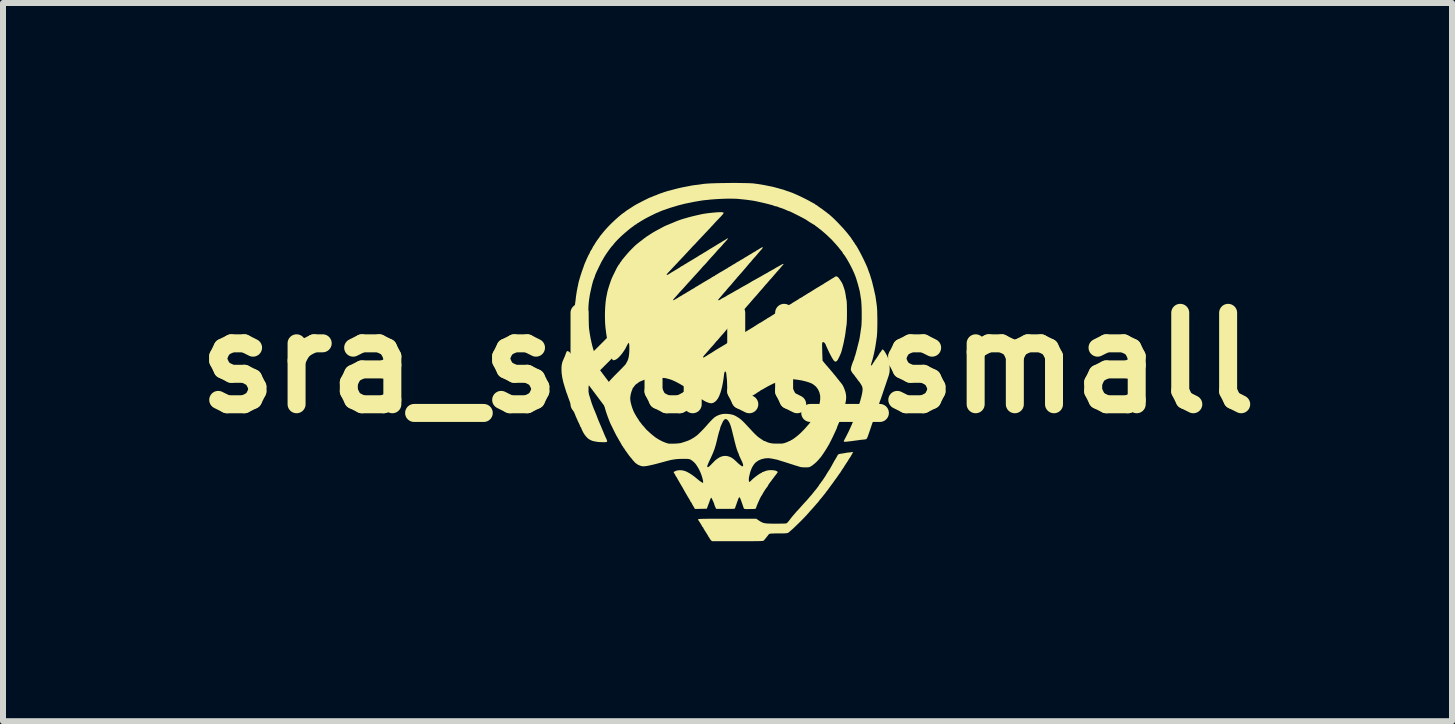
<source format=kicad_pcb>
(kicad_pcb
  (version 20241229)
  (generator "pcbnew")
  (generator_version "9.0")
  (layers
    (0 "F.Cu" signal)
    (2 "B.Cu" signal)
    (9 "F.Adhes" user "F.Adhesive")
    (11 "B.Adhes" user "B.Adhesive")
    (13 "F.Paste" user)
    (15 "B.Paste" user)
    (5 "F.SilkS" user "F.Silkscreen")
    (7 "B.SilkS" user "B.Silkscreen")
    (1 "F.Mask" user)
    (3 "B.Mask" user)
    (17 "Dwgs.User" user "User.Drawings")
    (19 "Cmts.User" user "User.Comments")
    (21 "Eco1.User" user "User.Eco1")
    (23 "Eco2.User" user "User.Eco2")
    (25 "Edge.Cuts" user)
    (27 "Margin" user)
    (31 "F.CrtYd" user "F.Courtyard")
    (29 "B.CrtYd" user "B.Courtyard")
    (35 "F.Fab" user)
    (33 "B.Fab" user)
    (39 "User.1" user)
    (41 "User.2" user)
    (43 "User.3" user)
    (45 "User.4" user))
  (footprint "sra_skull_small"
    (layer "F.Cu")
    (at 9.079 3)
    (property "Reference" "sra_skull_small" (at 0 0 0) (layer "F.SilkS") (effects (font (size 1.524 1.524) (thickness 0.3))))
    (attr board_only exclude_from_pos_files exclude_from_bom)
    (fp_poly (pts (xy 2.09 1.487) (xy 2.088 1.495) (xy 2.081 1.511) (xy 2.069 1.532) (xy 2.056 1.555) (xy 2.042 1.578) (xy 2.029 1.595) (xy 2.025 1.6) (xy 2.019 1.61) (xy 2.018 1.613) (xy 2.015 1.62) (xy 2.005 1.635) (xy 1.991 1.657) (xy 1.977 1.677) (xy 1.961 1.703) (xy 1.947 1.723) (xy 1.939 1.738) (xy 1.937 1.742) (xy 1.932 1.75) (xy 1.923 1.761) (xy 1.913 1.774) (xy 1.909 1.784) (xy 1.905 1.793) (xy 1.903 1.793) (xy 1.896 1.799) (xy 1.892 1.807) (xy 1.885 1.823) (xy 1.879 1.829) (xy 1.872 1.839) (xy 1.859 1.856) (xy 1.844 1.878) (xy 1.841 1.882) (xy 1.827 1.903) (xy 1.815 1.92) (xy 1.808 1.929) (xy 1.807 1.93) (xy 1.802 1.937) (xy 1.791 1.952) (xy 1.777 1.972) (xy 1.773 1.977) (xy 1.758 1.999) (xy 1.746 2.015) (xy 1.739 2.025) (xy 1.739 2.025) (xy 1.733 2.032) (xy 1.722 2.047) (xy 1.718 2.052) (xy 1.706 2.07) (xy 1.695 2.083) (xy 1.693 2.085) (xy 1.686 2.095) (xy 1.684 2.099) (xy 1.68 2.107) (xy 1.67 2.119) (xy 1.669 2.121) (xy 1.654 2.138) (xy 1.639 2.158) (xy 1.637 2.162) (xy 1.626 2.177) (xy 1.618 2.187) (xy 1.616 2.189) (xy 1.61 2.196) (xy 1.599 2.21) (xy 1.589 2.223) (xy 1.574 2.242) (xy 1.56 2.258) (xy 1.555 2.264) (xy 1.544 2.276) (xy 1.531 2.293) (xy 1.527 2.298) (xy 1.514 2.316) (xy 1.503 2.33) (xy 1.5 2.332) (xy 1.491 2.342) (xy 1.476 2.359) (xy 1.458 2.38) (xy 1.452 2.386) (xy 1.433 2.409) (xy 1.414 2.43) (xy 1.4 2.446) (xy 1.398 2.448) (xy 1.384 2.462) (xy 1.367 2.482) (xy 1.35 2.502) (xy 1.332 2.522) (xy 1.307 2.55) (xy 1.275 2.583) (xy 1.24 2.619) (xy 1.202 2.657) (xy 1.165 2.693) (xy 1.13 2.727) (xy 1.1 2.756) (xy 1.076 2.778) (xy 1.071 2.782) (xy 1.05 2.8) (xy 1.034 2.814) (xy 1.024 2.822) (xy 1.023 2.824) (xy 1.015 2.83) (xy 1.004 2.835) (xy 0.988 2.839) (xy 0.964 2.841) (xy 0.932 2.843) (xy 0.889 2.843) (xy 0.845 2.843) (xy 0.797 2.843) (xy 0.76 2.844) (xy 0.733 2.845) (xy 0.713 2.847) (xy 0.7 2.85) (xy 0.691 2.856) (xy 0.683 2.863) (xy 0.676 2.873) (xy 0.675 2.875) (xy 0.664 2.889) (xy 0.648 2.909) (xy 0.63 2.931) (xy 0.613 2.951) (xy 0.601 2.964) (xy 0.601 2.964) (xy 0.597 2.966) (xy 0.589 2.967) (xy 0.575 2.969) (xy 0.555 2.97) (xy 0.527 2.971) (xy 0.491 2.972) (xy 0.446 2.972) (xy 0.391 2.973) (xy 0.326 2.973) (xy 0.248 2.973) (xy 0.166 2.973) (xy -0.26 2.973) (xy -0.28 2.952) (xy -0.293 2.936) (xy -0.3 2.924) (xy -0.3 2.921) (xy -0.304 2.913) (xy -0.306 2.912) (xy -0.313 2.906) (xy -0.316 2.9) (xy -0.321 2.889) (xy -0.332 2.87) (xy -0.347 2.846) (xy -0.361 2.823) (xy -0.379 2.796) (xy -0.393 2.772) (xy -0.403 2.754) (xy -0.407 2.746) (xy -0.413 2.736) (xy -0.417 2.734) (xy -0.423 2.729) (xy -0.423 2.728) (xy -0.426 2.72) (xy -0.435 2.703) (xy -0.447 2.683) (xy -0.461 2.661) (xy -0.473 2.642) (xy -0.483 2.628) (xy -0.484 2.627) (xy -0.49 2.613) (xy -0.491 2.608) (xy -0.49 2.606) (xy -0.486 2.605) (xy -0.478 2.603) (xy -0.466 2.602) (xy -0.448 2.601) (xy -0.424 2.6) (xy -0.393 2.599) (xy -0.353 2.599) (xy -0.304 2.598) (xy -0.245 2.598) (xy -0.175 2.598) (xy -0.093 2.598) (xy -0.006 2.598) (xy 0.478 2.598) (xy 0.517 2.624) (xy 0.541 2.64) (xy 0.563 2.652) (xy 0.583 2.662) (xy 0.605 2.669) (xy 0.629 2.674) (xy 0.659 2.677) (xy 0.695 2.679) (xy 0.741 2.68) (xy 0.799 2.68) (xy 0.809 2.68) (xy 0.862 2.68) (xy 0.904 2.679) (xy 0.935 2.679) (xy 0.957 2.678) (xy 0.973 2.676) (xy 0.983 2.674) (xy 0.99 2.671) (xy 0.994 2.667) (xy 1.016 2.642) (xy 1.038 2.615) (xy 1.043 2.608) (xy 1.057 2.589) (xy 1.077 2.564) (xy 1.101 2.536) (xy 1.126 2.507) (xy 1.149 2.48) (xy 1.168 2.46) (xy 1.173 2.455) (xy 1.181 2.446) (xy 1.197 2.429) (xy 1.216 2.407) (xy 1.234 2.387) (xy 1.257 2.361) (xy 1.278 2.338) (xy 1.294 2.32) (xy 1.303 2.312) (xy 1.315 2.298) (xy 1.333 2.278) (xy 1.353 2.255) (xy 1.357 2.25) (xy 1.375 2.229) (xy 1.391 2.211) (xy 1.401 2.199) (xy 1.403 2.197) (xy 1.412 2.186) (xy 1.425 2.169) (xy 1.43 2.163) (xy 1.444 2.145) (xy 1.456 2.131) (xy 1.459 2.127) (xy 1.47 2.115) (xy 1.483 2.098) (xy 1.487 2.093) (xy 1.5 2.075) (xy 1.513 2.059) (xy 1.515 2.056) (xy 1.525 2.043) (xy 1.527 2.034) (xy 1.531 2.026) (xy 1.533 2.025) (xy 1.539 2.02) (xy 1.549 2.007) (xy 1.55 2.005) (xy 1.561 1.988) (xy 1.57 1.976) (xy 1.57 1.976) (xy 1.579 1.966) (xy 1.591 1.948) (xy 1.601 1.933) (xy 1.614 1.913) (xy 1.625 1.897) (xy 1.63 1.891) (xy 1.636 1.882) (xy 1.637 1.879) (xy 1.64 1.872) (xy 1.649 1.857) (xy 1.661 1.838) (xy 1.674 1.817) (xy 1.686 1.799) (xy 1.694 1.786) (xy 1.696 1.783) (xy 1.701 1.777) (xy 1.709 1.764) (xy 1.72 1.743) (xy 1.737 1.714) (xy 1.758 1.674) (xy 1.767 1.659) (xy 1.78 1.635) (xy 1.793 1.614) (xy 1.8 1.602) (xy 1.81 1.586) (xy 1.822 1.564) (xy 1.828 1.553) (xy 1.837 1.537) (xy 1.845 1.527) (xy 1.857 1.521) (xy 1.875 1.516) (xy 1.892 1.514) (xy 1.922 1.509) (xy 1.953 1.504) (xy 1.973 1.5) (xy 1.998 1.496) (xy 2.022 1.494) (xy 2.029 1.493) (xy 2.051 1.491) (xy 2.069 1.487) (xy 2.085 1.484)) (stroke (width 0) (type solid)) (fill yes) (layer "F.SilkS"))
    (fp_poly (pts (xy 0.209 -2.999) (xy 0.274 -2.998) (xy 0.332 -2.997) (xy 0.382 -2.995) (xy 0.422 -2.993) (xy 0.447 -2.99) (xy 0.512 -2.981) (xy 0.57 -2.972) (xy 0.625 -2.962) (xy 0.683 -2.95) (xy 0.74 -2.939) (xy 0.76 -2.934) (xy 0.788 -2.927) (xy 0.817 -2.919) (xy 0.818 -2.919) (xy 0.85 -2.91) (xy 0.882 -2.901) (xy 0.907 -2.894) (xy 0.93 -2.888) (xy 0.95 -2.881) (xy 0.958 -2.878) (xy 0.973 -2.872) (xy 0.994 -2.865) (xy 0.999 -2.864) (xy 1.02 -2.857) (xy 1.037 -2.851) (xy 1.04 -2.85) (xy 1.055 -2.844) (xy 1.075 -2.837) (xy 1.081 -2.835) (xy 1.111 -2.822) (xy 1.15 -2.805) (xy 1.194 -2.785) (xy 1.242 -2.762) (xy 1.29 -2.738) (xy 1.334 -2.716) (xy 1.373 -2.695) (xy 1.402 -2.678) (xy 1.403 -2.678) (xy 1.425 -2.666) (xy 1.442 -2.656) (xy 1.452 -2.653) (xy 1.452 -2.653) (xy 1.459 -2.648) (xy 1.459 -2.646) (xy 1.465 -2.639) (xy 1.473 -2.635) (xy 1.488 -2.628) (xy 1.495 -2.623) (xy 1.505 -2.615) (xy 1.522 -2.602) (xy 1.544 -2.587) (xy 1.548 -2.584) (xy 1.569 -2.57) (xy 1.586 -2.558) (xy 1.595 -2.551) (xy 1.596 -2.55) (xy 1.603 -2.544) (xy 1.617 -2.534) (xy 1.623 -2.53) (xy 1.638 -2.519) (xy 1.649 -2.511) (xy 1.65 -2.509) (xy 1.658 -2.503) (xy 1.671 -2.493) (xy 1.696 -2.474) (xy 1.729 -2.445) (xy 1.767 -2.41) (xy 1.808 -2.37) (xy 1.851 -2.326) (xy 1.893 -2.281) (xy 1.934 -2.237) (xy 1.971 -2.194) (xy 2.003 -2.156) (xy 2.011 -2.145) (xy 2.029 -2.123) (xy 2.044 -2.103) (xy 2.054 -2.091) (xy 2.057 -2.088) (xy 2.066 -2.074) (xy 2.07 -2.066) (xy 2.075 -2.055) (xy 2.079 -2.052) (xy 2.085 -2.047) (xy 2.093 -2.033) (xy 2.093 -2.032) (xy 2.101 -2.018) (xy 2.107 -2.012) (xy 2.107 -2.012) (xy 2.114 -2.006) (xy 2.117 -1.998) (xy 2.125 -1.982) (xy 2.13 -1.976) (xy 2.142 -1.96) (xy 2.158 -1.935) (xy 2.178 -1.9) (xy 2.2 -1.86) (xy 2.224 -1.814) (xy 2.248 -1.767) (xy 2.272 -1.719) (xy 2.294 -1.672) (xy 2.314 -1.629) (xy 2.33 -1.592) (xy 2.341 -1.562) (xy 2.342 -1.558) (xy 2.351 -1.534) (xy 2.359 -1.511) (xy 2.362 -1.504) (xy 2.37 -1.484) (xy 2.378 -1.46) (xy 2.38 -1.452) (xy 2.388 -1.425) (xy 2.397 -1.397) (xy 2.399 -1.391) (xy 2.406 -1.366) (xy 2.413 -1.342) (xy 2.414 -1.336) (xy 2.419 -1.316) (xy 2.425 -1.29) (xy 2.429 -1.275) (xy 2.436 -1.246) (xy 2.444 -1.213) (xy 2.447 -1.197) (xy 2.453 -1.17) (xy 2.459 -1.145) (xy 2.462 -1.132) (xy 2.466 -1.113) (xy 2.47 -1.086) (xy 2.474 -1.058) (xy 2.474 -1.057) (xy 2.479 -1.025) (xy 2.484 -0.986) (xy 2.489 -0.95) (xy 2.49 -0.944) (xy 2.492 -0.915) (xy 2.495 -0.875) (xy 2.496 -0.826) (xy 2.497 -0.772) (xy 2.498 -0.713) (xy 2.498 -0.654) (xy 2.497 -0.597) (xy 2.496 -0.544) (xy 2.494 -0.497) (xy 2.491 -0.46) (xy 2.49 -0.443) (xy 2.478 -0.359) (xy 2.466 -0.28) (xy 2.453 -0.21) (xy 2.441 -0.151) (xy 2.433 -0.119) (xy 2.427 -0.095) (xy 2.421 -0.071) (xy 2.42 -0.068) (xy 2.415 -0.049) (xy 2.407 -0.023) (xy 2.4 -0.001) (xy 2.394 0.022) (xy 2.39 0.039) (xy 2.39 0.047) (xy 2.396 0.044) (xy 2.406 0.035) (xy 2.417 0.022) (xy 2.425 0.009) (xy 2.427 0.002) (xy 2.432 -0.006) (xy 2.434 -0.007) (xy 2.441 -0.012) (xy 2.445 -0.02) (xy 2.452 -0.036) (xy 2.457 -0.043) (xy 2.466 -0.054) (xy 2.479 -0.072) (xy 2.495 -0.095) (xy 2.51 -0.118) (xy 2.523 -0.139) (xy 2.533 -0.155) (xy 2.537 -0.163) (xy 2.54 -0.17) (xy 2.542 -0.171) (xy 2.548 -0.176) (xy 2.558 -0.19) (xy 2.564 -0.198) (xy 2.574 -0.214) (xy 2.582 -0.224) (xy 2.585 -0.225) (xy 2.595 -0.219) (xy 2.609 -0.204) (xy 2.625 -0.181) (xy 2.641 -0.153) (xy 2.657 -0.124) (xy 2.67 -0.096) (xy 2.676 -0.076) (xy 2.684 -0.049) (xy 2.692 -0.023) (xy 2.695 -0.011) (xy 2.698 0.006) (xy 2.701 0.033) (xy 2.702 0.066) (xy 2.703 0.091) (xy 2.703 0.117) (xy 2.702 0.138) (xy 2.7 0.157) (xy 2.696 0.176) (xy 2.691 0.199) (xy 2.682 0.227) (xy 2.67 0.263) (xy 2.657 0.3) (xy 2.631 0.378) (xy 2.608 0.444) (xy 2.59 0.499) (xy 2.575 0.543) (xy 2.563 0.578) (xy 2.554 0.603) (xy 2.548 0.62) (xy 2.544 0.63) (xy 2.543 0.631) (xy 2.538 0.646) (xy 2.531 0.667) (xy 2.53 0.672) (xy 2.523 0.693) (xy 2.517 0.71) (xy 2.516 0.713) (xy 2.511 0.724) (xy 2.504 0.746) (xy 2.494 0.774) (xy 2.486 0.798) (xy 2.473 0.836) (xy 2.458 0.88) (xy 2.443 0.924) (xy 2.434 0.948) (xy 2.422 0.984) (xy 2.406 1.028) (xy 2.39 1.075) (xy 2.375 1.12) (xy 2.372 1.129) (xy 2.356 1.175) (xy 2.344 1.21) (xy 2.334 1.236) (xy 2.326 1.254) (xy 2.318 1.265) (xy 2.309 1.272) (xy 2.298 1.275) (xy 2.284 1.276) (xy 2.272 1.278) (xy 2.239 1.281) (xy 2.203 1.285) (xy 2.179 1.289) (xy 2.124 1.296) (xy 2.067 1.304) (xy 2.013 1.31) (xy 1.979 1.314) (xy 1.954 1.315) (xy 1.94 1.313) (xy 1.938 1.305) (xy 1.944 1.29) (xy 1.951 1.277) (xy 1.971 1.239) (xy 1.994 1.194) (xy 2.019 1.144) (xy 2.043 1.092) (xy 2.066 1.042) (xy 2.085 0.996) (xy 2.101 0.957) (xy 2.107 0.941) (xy 2.118 0.911) (xy 2.127 0.886) (xy 2.133 0.873) (xy 2.141 0.853) (xy 2.151 0.823) (xy 2.164 0.785) (xy 2.178 0.743) (xy 2.192 0.698) (xy 2.206 0.654) (xy 2.218 0.613) (xy 2.227 0.579) (xy 2.23 0.569) (xy 2.243 0.513) (xy 2.25 0.469) (xy 2.252 0.432) (xy 2.247 0.403) (xy 2.237 0.379) (xy 2.237 0.378) (xy 2.223 0.355) (xy 2.209 0.333) (xy 2.197 0.316) (xy 2.189 0.307) (xy 2.183 0.3) (xy 2.172 0.285) (xy 2.168 0.28) (xy 2.157 0.264) (xy 2.149 0.254) (xy 2.148 0.252) (xy 2.142 0.245) (xy 2.131 0.231) (xy 2.127 0.225) (xy 2.116 0.209) (xy 2.109 0.199) (xy 2.107 0.198) (xy 2.094 0.183) (xy 2.078 0.162) (xy 2.065 0.139) (xy 2.057 0.121) (xy 2.056 0.119) (xy 2.056 0.101) (xy 2.061 0.073) (xy 2.07 0.04) (xy 2.082 0.005) (xy 2.096 -0.03) (xy 2.108 -0.056) (xy 2.113 -0.073) (xy 2.114 -0.081) (xy 2.116 -0.094) (xy 2.119 -0.098) (xy 2.123 -0.107) (xy 2.13 -0.129) (xy 2.139 -0.161) (xy 2.15 -0.203) (xy 2.159 -0.235) (xy 2.165 -0.262) (xy 2.172 -0.288) (xy 2.175 -0.302) (xy 2.182 -0.327) (xy 2.188 -0.353) (xy 2.189 -0.353) (xy 2.196 -0.384) (xy 2.203 -0.42) (xy 2.21 -0.464) (xy 2.218 -0.517) (xy 2.227 -0.581) (xy 2.23 -0.599) (xy 2.233 -0.632) (xy 2.235 -0.676) (xy 2.237 -0.727) (xy 2.237 -0.784) (xy 2.237 -0.842) (xy 2.236 -0.9) (xy 2.234 -0.954) (xy 2.231 -1.002) (xy 2.228 -1.04) (xy 2.227 -1.05) (xy 2.218 -1.108) (xy 2.211 -1.154) (xy 2.205 -1.19) (xy 2.199 -1.216) (xy 2.196 -1.227) (xy 2.191 -1.247) (xy 2.184 -1.274) (xy 2.179 -1.292) (xy 2.172 -1.317) (xy 2.166 -1.339) (xy 2.162 -1.35) (xy 2.157 -1.367) (xy 2.15 -1.39) (xy 2.148 -1.398) (xy 2.132 -1.444) (xy 2.11 -1.499) (xy 2.083 -1.558) (xy 2.052 -1.62) (xy 2.019 -1.681) (xy 1.986 -1.738) (xy 1.955 -1.786) (xy 1.942 -1.804) (xy 1.932 -1.816) (xy 1.928 -1.819) (xy 1.923 -1.827) (xy 1.923 -1.83) (xy 1.919 -1.84) (xy 1.908 -1.854) (xy 1.905 -1.858) (xy 1.889 -1.878) (xy 1.872 -1.899) (xy 1.869 -1.902) (xy 1.858 -1.918) (xy 1.849 -1.928) (xy 1.848 -1.93) (xy 1.842 -1.936) (xy 1.83 -1.95) (xy 1.813 -1.97) (xy 1.807 -1.977) (xy 1.736 -2.055) (xy 1.654 -2.133) (xy 1.637 -2.148) (xy 1.614 -2.168) (xy 1.594 -2.185) (xy 1.581 -2.197) (xy 1.576 -2.201) (xy 1.565 -2.21) (xy 1.549 -2.223) (xy 1.542 -2.228) (xy 1.525 -2.241) (xy 1.511 -2.252) (xy 1.508 -2.255) (xy 1.497 -2.264) (xy 1.48 -2.275) (xy 1.479 -2.275) (xy 1.466 -2.285) (xy 1.459 -2.292) (xy 1.459 -2.293) (xy 1.454 -2.298) (xy 1.453 -2.298) (xy 1.445 -2.301) (xy 1.429 -2.311) (xy 1.407 -2.324) (xy 1.382 -2.339) (xy 1.357 -2.355) (xy 1.334 -2.37) (xy 1.316 -2.382) (xy 1.312 -2.385) (xy 1.301 -2.392) (xy 1.279 -2.404) (xy 1.251 -2.419) (xy 1.218 -2.436) (xy 1.182 -2.455) (xy 1.145 -2.473) (xy 1.11 -2.491) (xy 1.078 -2.507) (xy 1.052 -2.519) (xy 1.034 -2.527) (xy 1.026 -2.53) (xy 1.015 -2.533) (xy 0.999 -2.539) (xy 0.998 -2.539) (xy 0.955 -2.559) (xy 0.914 -2.575) (xy 0.886 -2.584) (xy 0.862 -2.592) (xy 0.842 -2.6) (xy 0.83 -2.605) (xy 0.814 -2.61) (xy 0.802 -2.612) (xy 0.788 -2.613) (xy 0.782 -2.616) (xy 0.772 -2.621) (xy 0.752 -2.628) (xy 0.722 -2.636) (xy 0.686 -2.646) (xy 0.646 -2.656) (xy 0.604 -2.666) (xy 0.562 -2.676) (xy 0.546 -2.679) (xy 0.519 -2.685) (xy 0.49 -2.692) (xy 0.481 -2.694) (xy 0.433 -2.703) (xy 0.373 -2.712) (xy 0.304 -2.721) (xy 0.227 -2.729) (xy 0.165 -2.735) (xy 0.119 -2.737) (xy 0.064 -2.738) (xy 0.000018 -2.738) (xy -0.068 -2.736) (xy -0.138 -2.733) (xy -0.207 -2.729) (xy -0.273 -2.724) (xy -0.303 -2.721) (xy -0.336 -2.717) (xy -0.371 -2.714) (xy -0.399 -2.711) (xy -0.399 -2.711) (xy -0.429 -2.707) (xy -0.47 -2.7) (xy -0.518 -2.692) (xy -0.569 -2.683) (xy -0.621 -2.672) (xy -0.671 -2.662) (xy -0.715 -2.653) (xy -0.745 -2.645) (xy -0.793 -2.633) (xy -0.828 -2.624) (xy -0.846 -2.618) (xy -0.86 -2.614) (xy -0.883 -2.607) (xy -0.91 -2.599) (xy -0.914 -2.598) (xy -0.943 -2.589) (xy -0.971 -2.58) (xy -0.991 -2.573) (xy -0.992 -2.573) (xy -1.015 -2.565) (xy -1.042 -2.555) (xy -1.058 -2.55) (xy -1.087 -2.54) (xy -1.119 -2.527) (xy -1.135 -2.52) (xy -1.155 -2.511) (xy -1.17 -2.504) (xy -1.176 -2.502) (xy -1.184 -2.5) (xy -1.202 -2.491) (xy -1.227 -2.479) (xy -1.257 -2.464) (xy -1.29 -2.448) (xy -1.322 -2.431) (xy -1.352 -2.416) (xy -1.377 -2.402) (xy -1.396 -2.392) (xy -1.404 -2.386) (xy -1.405 -2.386) (xy -1.412 -2.381) (xy -1.428 -2.372) (xy -1.439 -2.366) (xy -1.458 -2.354) (xy -1.473 -2.345) (xy -1.478 -2.341) (xy -1.492 -2.332) (xy -1.5 -2.329) (xy -1.511 -2.323) (xy -1.514 -2.318) (xy -1.519 -2.312) (xy -1.527 -2.308) (xy -1.543 -2.301) (xy -1.55 -2.296) (xy -1.56 -2.286) (xy -1.577 -2.274) (xy -1.582 -2.271) (xy -1.594 -2.262) (xy -1.605 -2.254) (xy -1.616 -2.246) (xy -1.629 -2.235) (xy -1.648 -2.22) (xy -1.673 -2.199) (xy -1.69 -2.185) (xy -1.727 -2.153) (xy -1.765 -2.119) (xy -1.803 -2.083) (xy -1.837 -2.049) (xy -1.866 -2.018) (xy -1.888 -1.993) (xy -1.892 -1.988) (xy -1.906 -1.969) (xy -1.919 -1.954) (xy -1.923 -1.95) (xy -1.935 -1.937) (xy -1.951 -1.916) (xy -1.971 -1.89) (xy -1.992 -1.86) (xy -2.014 -1.829) (xy -2.034 -1.799) (xy -2.051 -1.772) (xy -2.065 -1.75) (xy -2.072 -1.736) (xy -2.073 -1.733) (xy -2.078 -1.724) (xy -2.078 -1.724) (xy -2.084 -1.717) (xy -2.093 -1.7) (xy -2.107 -1.675) (xy -2.122 -1.644) (xy -2.139 -1.61) (xy -2.156 -1.574) (xy -2.173 -1.539) (xy -2.188 -1.507) (xy -2.199 -1.481) (xy -2.207 -1.462) (xy -2.209 -1.453) (xy -2.212 -1.444) (xy -2.218 -1.426) (xy -2.223 -1.414) (xy -2.24 -1.37) (xy -2.255 -1.316) (xy -2.265 -1.275) (xy -2.271 -1.249) (xy -2.277 -1.222) (xy -2.278 -1.217) (xy -2.286 -1.182) (xy -2.294 -1.142) (xy -2.302 -1.095) (xy -2.309 -1.047) (xy -2.314 -1.002) (xy -2.318 -0.948) (xy -2.32 -0.886) (xy -2.321 -0.82) (xy -2.32 -0.754) (xy -2.318 -0.69) (xy -2.315 -0.632) (xy -2.31 -0.583) (xy -2.308 -0.566) (xy -2.301 -0.517) (xy -2.295 -0.478) (xy -2.29 -0.449) (xy -2.286 -0.425) (xy -2.282 -0.406) (xy -2.278 -0.388) (xy -2.278 -0.387) (xy -2.272 -0.36) (xy -2.266 -0.332) (xy -2.264 -0.326) (xy -2.258 -0.297) (xy -2.249 -0.264) (xy -2.239 -0.23) (xy -2.229 -0.198) (xy -2.221 -0.173) (xy -2.216 -0.16) (xy -2.21 -0.146) (xy -2.203 -0.125) (xy -2.199 -0.113) (xy -2.191 -0.088) (xy -2.182 -0.066) (xy -2.179 -0.058) (xy -2.172 -0.041) (xy -2.161 -0.017) (xy -2.151 0.007) (xy -2.136 0.05) (xy -2.133 0.087) (xy -2.142 0.121) (xy -2.163 0.155) (xy -2.174 0.167) (xy -2.191 0.187) (xy -2.207 0.209) (xy -2.209 0.211) (xy -2.22 0.227) (xy -2.228 0.237) (xy -2.23 0.239) (xy -2.238 0.248) (xy -2.25 0.266) (xy -2.266 0.29) (xy -2.282 0.316) (xy -2.298 0.342) (xy -2.31 0.364) (xy -2.311 0.366) (xy -2.325 0.401) (xy -2.332 0.436) (xy -2.331 0.466) (xy -2.326 0.483) (xy -2.321 0.494) (xy -2.314 0.515) (xy -2.305 0.542) (xy -2.297 0.566) (xy -2.287 0.598) (xy -2.278 0.629) (xy -2.27 0.654) (xy -2.267 0.665) (xy -2.257 0.692) (xy -2.245 0.726) (xy -2.231 0.761) (xy -2.22 0.788) (xy -2.214 0.802) (xy -2.204 0.825) (xy -2.192 0.855) (xy -2.179 0.888) (xy -2.179 0.89) (xy -2.166 0.923) (xy -2.154 0.954) (xy -2.144 0.978) (xy -2.137 0.993) (xy -2.137 0.994) (xy -2.117 1.041) (xy -2.099 1.082) (xy -2.098 1.086) (xy -2.088 1.11) (xy -2.074 1.142) (xy -2.061 1.175) (xy -2.048 1.205) (xy -2.047 1.207) (xy -2.039 1.227) (xy -2.027 1.252) (xy -2.02 1.267) (xy -2.01 1.291) (xy -2.006 1.307) (xy -2.012 1.316) (xy -2.027 1.321) (xy -2.054 1.322) (xy -2.071 1.322) (xy -2.102 1.321) (xy -2.13 1.32) (xy -2.151 1.319) (xy -2.155 1.318) (xy -2.179 1.315) (xy -2.206 1.31) (xy -2.233 1.305) (xy -2.254 1.299) (xy -2.263 1.296) (xy -2.277 1.289) (xy -2.295 1.281) (xy -2.323 1.263) (xy -2.353 1.234) (xy -2.381 1.199) (xy -2.406 1.159) (xy -2.413 1.145) (xy -2.426 1.119) (xy -2.435 1.097) (xy -2.44 1.083) (xy -2.441 1.079) (xy -2.445 1.071) (xy -2.448 1.071) (xy -2.454 1.065) (xy -2.455 1.062) (xy -2.458 1.052) (xy -2.465 1.033) (xy -2.475 1.012) (xy -2.489 0.983) (xy -2.503 0.952) (xy -2.516 0.923) (xy -2.527 0.899) (xy -2.534 0.883) (xy -2.537 0.876) (xy -2.537 0.873) (xy -2.54 0.866) (xy -2.545 0.853) (xy -2.554 0.833) (xy -2.568 0.802) (xy -2.577 0.783) (xy -2.585 0.763) (xy -2.59 0.748) (xy -2.591 0.743) (xy -2.594 0.733) (xy -2.6 0.716) (xy -2.604 0.707) (xy -2.617 0.676) (xy -2.633 0.638) (xy -2.647 0.599) (xy -2.66 0.564) (xy -2.664 0.552) (xy -2.671 0.531) (xy -2.678 0.513) (xy -2.68 0.508) (xy -2.686 0.492) (xy -2.693 0.472) (xy -2.693 0.47) (xy -2.699 0.449) (xy -2.708 0.423) (xy -2.711 0.413) (xy -2.738 0.322) (xy -2.756 0.241) (xy -2.766 0.167) (xy -2.768 0.113) (xy -2.768 0.073) (xy -2.765 0.04) (xy -2.76 0.011) (xy -2.752 -0.019) (xy -2.738 -0.052) (xy -2.721 -0.091) (xy -2.711 -0.114) (xy -2.704 -0.133) (xy -2.7 -0.143) (xy -2.7 -0.144) (xy -2.697 -0.155) (xy -2.694 -0.162) (xy -2.686 -0.179) (xy -2.684 -0.186) (xy -2.675 -0.196) (xy -2.661 -0.196) (xy -2.642 -0.186) (xy -2.627 -0.172) (xy -2.612 -0.153) (xy -2.591 -0.126) (xy -2.568 -0.092) (xy -2.543 -0.055) (xy -2.519 -0.018) (xy -2.498 0.016) (xy -2.489 0.032) (xy -2.475 0.056) (xy -2.465 0.07) (xy -2.458 0.073) (xy -2.456 0.066) (xy -2.458 0.048) (xy -2.463 0.017) (xy -2.472 -0.025) (xy -2.483 -0.072) (xy -2.49 -0.101) (xy -2.497 -0.141) (xy -2.505 -0.186) (xy -2.513 -0.234) (xy -2.52 -0.28) (xy -2.523 -0.3) (xy -2.538 -0.417) (xy -2.548 -0.526) (xy -2.553 -0.631) (xy -2.554 -0.737) (xy -2.553 -0.794) (xy -2.552 -0.839) (xy -2.55 -0.882) (xy -2.548 -0.921) (xy -2.546 -0.951) (xy -2.544 -0.971) (xy -2.543 -0.972) (xy -2.54 -0.998) (xy -2.535 -1.031) (xy -2.531 -1.066) (xy -2.53 -1.077) (xy -2.526 -1.11) (xy -2.521 -1.143) (xy -2.517 -1.169) (xy -2.516 -1.176) (xy -2.51 -1.21) (xy -2.503 -1.247) (xy -2.495 -1.284) (xy -2.488 -1.319) (xy -2.482 -1.347) (xy -2.477 -1.366) (xy -2.476 -1.371) (xy -2.47 -1.388) (xy -2.464 -1.411) (xy -2.462 -1.418) (xy -2.455 -1.44) (xy -2.45 -1.458) (xy -2.448 -1.463) (xy -2.443 -1.478) (xy -2.436 -1.499) (xy -2.435 -1.504) (xy -2.428 -1.524) (xy -2.422 -1.542) (xy -2.421 -1.544) (xy -2.416 -1.558) (xy -2.408 -1.579) (xy -2.4 -1.602) (xy -2.392 -1.627) (xy -2.384 -1.648) (xy -2.375 -1.67) (xy -2.363 -1.697) (xy -2.348 -1.732) (xy -2.337 -1.755) (xy -2.328 -1.776) (xy -2.323 -1.787) (xy -2.313 -1.805) (xy -2.303 -1.822) (xy -2.295 -1.838) (xy -2.291 -1.85) (xy -2.288 -1.861) (xy -2.286 -1.863) (xy -2.28 -1.87) (xy -2.27 -1.885) (xy -2.258 -1.906) (xy -2.246 -1.929) (xy -2.24 -1.942) (xy -2.233 -1.953) (xy -2.228 -1.957) (xy -2.223 -1.962) (xy -2.223 -1.964) (xy -2.219 -1.973) (xy -2.21 -1.989) (xy -2.196 -2.01) (xy -2.181 -2.034) (xy -2.165 -2.056) (xy -2.152 -2.074) (xy -2.143 -2.085) (xy -2.136 -2.095) (xy -2.134 -2.099) (xy -2.13 -2.107) (xy -2.12 -2.12) (xy -2.119 -2.121) (xy -2.106 -2.136) (xy -2.089 -2.157) (xy -2.08 -2.169) (xy -2.04 -2.216) (xy -1.992 -2.269) (xy -1.938 -2.324) (xy -1.88 -2.379) (xy -1.822 -2.431) (xy -1.766 -2.478) (xy -1.754 -2.487) (xy -1.737 -2.499) (xy -1.732 -2.502) (xy -1.716 -2.513) (xy -1.706 -2.521) (xy -1.705 -2.523) (xy -1.697 -2.529) (xy -1.68 -2.541) (xy -1.657 -2.556) (xy -1.629 -2.574) (xy -1.6 -2.593) (xy -1.572 -2.611) (xy -1.548 -2.626) (xy -1.529 -2.637) (xy -1.527 -2.638) (xy -1.506 -2.65) (xy -1.479 -2.664) (xy -1.446 -2.681) (xy -1.412 -2.699) (xy -1.377 -2.716) (xy -1.345 -2.732) (xy -1.317 -2.746) (xy -1.295 -2.756) (xy -1.282 -2.761) (xy -1.28 -2.762) (xy -1.271 -2.764) (xy -1.255 -2.771) (xy -1.246 -2.775) (xy -1.228 -2.783) (xy -1.215 -2.788) (xy -1.212 -2.789) (xy -1.203 -2.792) (xy -1.187 -2.798) (xy -1.178 -2.802) (xy -1.157 -2.811) (xy -1.128 -2.822) (xy -1.092 -2.834) (xy -1.056 -2.847) (xy -1.021 -2.858) (xy -0.992 -2.867) (xy -0.975 -2.871) (xy -0.959 -2.875) (xy -0.933 -2.882) (xy -0.902 -2.89) (xy -0.873 -2.898) (xy -0.818 -2.912) (xy -0.765 -2.924) (xy -0.709 -2.935) (xy -0.651 -2.946) (xy -0.627 -2.951) (xy -0.606 -2.955) (xy -0.597 -2.957) (xy -0.584 -2.959) (xy -0.561 -2.962) (xy -0.534 -2.966) (xy -0.528 -2.966) (xy -0.497 -2.97) (xy -0.459 -2.975) (xy -0.419 -2.981) (xy -0.399 -2.984) (xy -0.369 -2.987) (xy -0.327 -2.99) (xy -0.275 -2.993) (xy -0.216 -2.995) (xy -0.15 -2.997) (xy -0.079 -2.998) (xy -0.007 -2.999) (xy 0.067 -3) (xy 0.139 -3)) (stroke (width 0) (type solid)) (fill yes) (layer "F.SilkS"))
    (fp_poly (pts (xy -0.093 -2.512) (xy -0.073 -2.508) (xy -0.065 -2.502) (xy -0.067 -2.493) (xy -0.08 -2.476) (xy -0.102 -2.45) (xy -0.135 -2.416) (xy -0.15 -2.4) (xy -0.174 -2.375) (xy -0.201 -2.347) (xy -0.221 -2.325) (xy -0.236 -2.308) (xy -0.259 -2.284) (xy -0.286 -2.254) (xy -0.317 -2.221) (xy -0.349 -2.187) (xy -0.354 -2.182) (xy -0.387 -2.147) (xy -0.419 -2.113) (xy -0.449 -2.081) (xy -0.475 -2.054) (xy -0.493 -2.034) (xy -0.494 -2.032) (xy -0.517 -2.009) (xy -0.538 -1.985) (xy -0.556 -1.967) (xy -0.559 -1.964) (xy -0.572 -1.951) (xy -0.592 -1.93) (xy -0.616 -1.903) (xy -0.644 -1.874) (xy -0.661 -1.855) (xy -0.689 -1.825) (xy -0.714 -1.798) (xy -0.735 -1.775) (xy -0.751 -1.759) (xy -0.757 -1.752) (xy -0.767 -1.742) (xy -0.784 -1.723) (xy -0.808 -1.699) (xy -0.834 -1.67) (xy -0.859 -1.644) (xy -0.89 -1.611) (xy -0.921 -1.578) (xy -0.949 -1.548) (xy -0.972 -1.524) (xy -0.984 -1.511) (xy -1.004 -1.489) (xy -1.014 -1.474) (xy -1.014 -1.467) (xy -1.004 -1.467) (xy -0.99 -1.474) (xy -0.976 -1.482) (xy -0.968 -1.487) (xy -0.961 -1.491) (xy -0.945 -1.502) (xy -0.921 -1.516) (xy -0.892 -1.533) (xy -0.88 -1.541) (xy -0.849 -1.559) (xy -0.823 -1.575) (xy -0.803 -1.587) (xy -0.792 -1.594) (xy -0.791 -1.595) (xy -0.781 -1.603) (xy -0.764 -1.613) (xy -0.747 -1.622) (xy -0.735 -1.627) (xy -0.725 -1.634) (xy -0.723 -1.637) (xy -0.718 -1.643) (xy -0.715 -1.643) (xy -0.705 -1.647) (xy -0.69 -1.656) (xy -0.69 -1.656) (xy -0.672 -1.668) (xy -0.65 -1.681) (xy -0.644 -1.685) (xy -0.617 -1.701) (xy -0.588 -1.718) (xy -0.558 -1.736) (xy -0.529 -1.754) (xy -0.505 -1.768) (xy -0.487 -1.78) (xy -0.478 -1.786) (xy -0.477 -1.786) (xy -0.47 -1.791) (xy -0.454 -1.8) (xy -0.443 -1.806) (xy -0.425 -1.817) (xy -0.412 -1.824) (xy -0.409 -1.827) (xy -0.401 -1.833) (xy -0.392 -1.838) (xy -0.365 -1.853) (xy -0.349 -1.863) (xy -0.341 -1.868) (xy -0.341 -1.869) (xy -0.334 -1.873) (xy -0.318 -1.883) (xy -0.294 -1.898) (xy -0.265 -1.915) (xy -0.252 -1.923) (xy -0.222 -1.941) (xy -0.196 -1.957) (xy -0.176 -1.969) (xy -0.165 -1.976) (xy -0.164 -1.977) (xy -0.156 -1.982) (xy -0.141 -1.991) (xy -0.13 -1.997) (xy -0.111 -2.008) (xy -0.099 -2.015) (xy -0.095 -2.018) (xy -0.087 -2.024) (xy -0.077 -2.03) (xy -0.058 -2.041) (xy -0.046 -2.047) (xy -0.033 -2.055) (xy -0.027 -2.06) (xy -0.019 -2.066) (xy -0.009 -2.072) (xy 0.004 -2.077) (xy 0.006 -2.072) (xy -0.002 -2.06) (xy -0.019 -2.039) (xy -0.03 -2.027) (xy -0.051 -2.004) (xy -0.073 -1.98) (xy -0.089 -1.961) (xy -0.089 -1.96) (xy -0.109 -1.938) (xy -0.13 -1.916) (xy -0.136 -1.909) (xy -0.156 -1.889) (xy -0.175 -1.867) (xy -0.18 -1.862) (xy -0.192 -1.847) (xy -0.211 -1.826) (xy -0.234 -1.8) (xy -0.259 -1.773) (xy -0.259 -1.773) (xy -0.284 -1.746) (xy -0.307 -1.72) (xy -0.326 -1.699) (xy -0.338 -1.684) (xy -0.338 -1.684) (xy -0.355 -1.665) (xy -0.375 -1.643) (xy -0.385 -1.633) (xy -0.406 -1.611) (xy -0.427 -1.588) (xy -0.435 -1.578) (xy -0.453 -1.557) (xy -0.475 -1.533) (xy -0.486 -1.521) (xy -0.502 -1.503) (xy -0.524 -1.479) (xy -0.55 -1.451) (xy -0.573 -1.425) (xy -0.596 -1.4) (xy -0.616 -1.377) (xy -0.632 -1.36) (xy -0.641 -1.35) (xy -0.641 -1.35) (xy -0.65 -1.341) (xy -0.665 -1.324) (xy -0.685 -1.302) (xy -0.702 -1.282) (xy -0.725 -1.257) (xy -0.746 -1.234) (xy -0.762 -1.216) (xy -0.771 -1.207) (xy -0.783 -1.194) (xy -0.801 -1.175) (xy -0.821 -1.151) (xy -0.832 -1.139) (xy -0.853 -1.115) (xy -0.872 -1.094) (xy -0.887 -1.077) (xy -0.892 -1.072) (xy -0.903 -1.058) (xy -0.907 -1.047) (xy -0.904 -1.043) (xy -0.896 -1.046) (xy -0.882 -1.054) (xy -0.877 -1.056) (xy -0.857 -1.068) (xy -0.839 -1.078) (xy -0.838 -1.078) (xy -0.825 -1.087) (xy -0.818 -1.092) (xy -0.811 -1.097) (xy -0.795 -1.106) (xy -0.784 -1.112) (xy -0.766 -1.122) (xy -0.753 -1.13) (xy -0.75 -1.132) (xy -0.742 -1.138) (xy -0.731 -1.144) (xy -0.712 -1.154) (xy -0.701 -1.161) (xy -0.688 -1.169) (xy -0.682 -1.173) (xy -0.674 -1.178) (xy -0.663 -1.185) (xy -0.644 -1.195) (xy -0.632 -1.202) (xy -0.62 -1.21) (xy -0.614 -1.214) (xy -0.606 -1.219) (xy -0.597 -1.225) (xy -0.57 -1.239) (xy -0.554 -1.249) (xy -0.546 -1.254) (xy -0.546 -1.255) (xy -0.538 -1.26) (xy -0.523 -1.27) (xy -0.511 -1.276) (xy -0.493 -1.286) (xy -0.481 -1.294) (xy -0.478 -1.297) (xy -0.471 -1.302) (xy -0.469 -1.302) (xy -0.46 -1.306) (xy -0.444 -1.315) (xy -0.434 -1.322) (xy -0.41 -1.337) (xy -0.383 -1.353) (xy -0.375 -1.358) (xy -0.357 -1.368) (xy -0.344 -1.375) (xy -0.341 -1.377) (xy -0.333 -1.383) (xy -0.315 -1.393) (xy -0.29 -1.407) (xy -0.278 -1.415) (xy -0.273 -1.418) (xy -0.262 -1.426) (xy -0.245 -1.436) (xy -0.228 -1.445) (xy -0.216 -1.45) (xy -0.206 -1.456) (xy -0.205 -1.46) (xy -0.199 -1.466) (xy -0.197 -1.466) (xy -0.187 -1.47) (xy -0.172 -1.479) (xy -0.172 -1.479) (xy -0.153 -1.491) (xy -0.132 -1.504) (xy -0.128 -1.506) (xy -0.104 -1.52) (xy -0.079 -1.534) (xy -0.077 -1.535) (xy -0.056 -1.548) (xy -0.036 -1.56) (xy -0.033 -1.562) (xy -0.018 -1.571) (xy -0.008 -1.575) (xy -0.007 -1.575) (xy -0.00032 -1.579) (xy 0 -1.58) (xy 0.006 -1.586) (xy 0.02 -1.595) (xy 0.032 -1.602) (xy 0.051 -1.612) (xy 0.064 -1.62) (xy 0.068 -1.623) (xy 0.075 -1.628) (xy 0.092 -1.638) (xy 0.119 -1.653) (xy 0.119 -1.653) (xy 0.132 -1.66) (xy 0.136 -1.664) (xy 0.144 -1.67) (xy 0.159 -1.679) (xy 0.17 -1.685) (xy 0.189 -1.695) (xy 0.201 -1.702) (xy 0.205 -1.705) (xy 0.212 -1.71) (xy 0.228 -1.719) (xy 0.239 -1.725) (xy 0.257 -1.735) (xy 0.27 -1.743) (xy 0.273 -1.745) (xy 0.281 -1.751) (xy 0.292 -1.758) (xy 0.31 -1.768) (xy 0.322 -1.775) (xy 0.335 -1.782) (xy 0.341 -1.787) (xy 0.348 -1.792) (xy 0.364 -1.801) (xy 0.375 -1.807) (xy 0.393 -1.818) (xy 0.406 -1.825) (xy 0.409 -1.827) (xy 0.42 -1.835) (xy 0.436 -1.845) (xy 0.454 -1.854) (xy 0.465 -1.859) (xy 0.475 -1.865) (xy 0.477 -1.869) (xy 0.483 -1.875) (xy 0.485 -1.875) (xy 0.495 -1.879) (xy 0.51 -1.888) (xy 0.51 -1.888) (xy 0.526 -1.899) (xy 0.546 -1.91) (xy 0.564 -1.921) (xy 0.578 -1.928) (xy 0.583 -1.93) (xy 0.587 -1.925) (xy 0.583 -1.913) (xy 0.571 -1.897) (xy 0.561 -1.885) (xy 0.542 -1.865) (xy 0.521 -1.84) (xy 0.505 -1.821) (xy 0.485 -1.797) (xy 0.465 -1.774) (xy 0.451 -1.759) (xy 0.433 -1.739) (xy 0.414 -1.717) (xy 0.41 -1.712) (xy 0.394 -1.692) (xy 0.378 -1.673) (xy 0.375 -1.671) (xy 0.361 -1.656) (xy 0.344 -1.635) (xy 0.332 -1.621) (xy 0.317 -1.603) (xy 0.304 -1.587) (xy 0.298 -1.58) (xy 0.29 -1.571) (xy 0.276 -1.555) (xy 0.258 -1.534) (xy 0.252 -1.527) (xy 0.234 -1.506) (xy 0.217 -1.487) (xy 0.206 -1.475) (xy 0.205 -1.473) (xy 0.196 -1.463) (xy 0.181 -1.446) (xy 0.162 -1.425) (xy 0.157 -1.418) (xy 0.139 -1.397) (xy 0.123 -1.379) (xy 0.113 -1.367) (xy 0.111 -1.365) (xy 0.103 -1.355) (xy 0.089 -1.339) (xy 0.077 -1.324) (xy 0.06 -1.304) (xy 0.043 -1.284) (xy 0.034 -1.275) (xy 0.02 -1.26) (xy 0.003 -1.24) (xy -0.01 -1.225) (xy -0.026 -1.204) (xy -0.042 -1.186) (xy -0.051 -1.177) (xy -0.062 -1.164) (xy -0.079 -1.145) (xy -0.095 -1.125) (xy -0.113 -1.104) (xy -0.13 -1.084) (xy -0.141 -1.072) (xy -0.154 -1.056) (xy -0.156 -1.046) (xy -0.147 -1.044) (xy -0.129 -1.051) (xy -0.128 -1.052) (xy -0.115 -1.06) (xy -0.109 -1.064) (xy -0.102 -1.069) (xy -0.086 -1.078) (xy -0.064 -1.089) (xy -0.061 -1.091) (xy -0.039 -1.102) (xy -0.022 -1.112) (xy -0.014 -1.117) (xy -0.014 -1.118) (xy -0.006 -1.123) (xy 0.009 -1.132) (xy 0.017 -1.136) (xy 0.066 -1.163) (xy 0.113 -1.19) (xy 0.128 -1.199) (xy 0.148 -1.21) (xy 0.162 -1.218) (xy 0.168 -1.221) (xy 0.176 -1.224) (xy 0.189 -1.233) (xy 0.19 -1.233) (xy 0.205 -1.243) (xy 0.228 -1.256) (xy 0.249 -1.268) (xy 0.278 -1.284) (xy 0.309 -1.301) (xy 0.327 -1.311) (xy 0.35 -1.324) (xy 0.371 -1.337) (xy 0.382 -1.343) (xy 0.397 -1.353) (xy 0.419 -1.366) (xy 0.436 -1.375) (xy 0.462 -1.389) (xy 0.488 -1.404) (xy 0.501 -1.411) (xy 0.526 -1.425) (xy 0.551 -1.439) (xy 0.556 -1.441) (xy 0.573 -1.451) (xy 0.584 -1.458) (xy 0.586 -1.459) (xy 0.591 -1.462) (xy 0.601 -1.468) (xy 0.618 -1.478) (xy 0.645 -1.492) (xy 0.665 -1.503) (xy 0.677 -1.51) (xy 0.682 -1.514) (xy 0.69 -1.519) (xy 0.705 -1.527) (xy 0.713 -1.531) (xy 0.739 -1.546) (xy 0.765 -1.56) (xy 0.786 -1.572) (xy 0.8 -1.581) (xy 0.801 -1.582) (xy 0.81 -1.588) (xy 0.828 -1.597) (xy 0.846 -1.607) (xy 0.871 -1.621) (xy 0.896 -1.635) (xy 0.909 -1.642) (xy 0.926 -1.65) (xy 0.934 -1.65) (xy 0.932 -1.643) (xy 0.926 -1.635) (xy 0.917 -1.626) (xy 0.903 -1.61) (xy 0.885 -1.589) (xy 0.88 -1.582) (xy 0.861 -1.56) (xy 0.845 -1.542) (xy 0.834 -1.529) (xy 0.832 -1.527) (xy 0.823 -1.518) (xy 0.808 -1.5) (xy 0.79 -1.479) (xy 0.784 -1.473) (xy 0.766 -1.451) (xy 0.75 -1.433) (xy 0.739 -1.42) (xy 0.737 -1.418) (xy 0.728 -1.408) (xy 0.712 -1.391) (xy 0.694 -1.37) (xy 0.689 -1.364) (xy 0.67 -1.342) (xy 0.654 -1.323) (xy 0.643 -1.311) (xy 0.641 -1.309) (xy 0.631 -1.299) (xy 0.617 -1.282) (xy 0.6 -1.261) (xy 0.583 -1.241) (xy 0.568 -1.224) (xy 0.559 -1.214) (xy 0.55 -1.204) (xy 0.535 -1.187) (xy 0.517 -1.166) (xy 0.511 -1.159) (xy 0.493 -1.137) (xy 0.477 -1.119) (xy 0.465 -1.107) (xy 0.464 -1.105) (xy 0.455 -1.095) (xy 0.44 -1.078) (xy 0.421 -1.057) (xy 0.416 -1.05) (xy 0.398 -1.03) (xy 0.384 -1.013) (xy 0.376 -1.004) (xy 0.375 -1.002) (xy 0.369 -0.996) (xy 0.357 -0.982) (xy 0.339 -0.962) (xy 0.327 -0.948) (xy 0.308 -0.926) (xy 0.292 -0.908) (xy 0.282 -0.896) (xy 0.279 -0.893) (xy 0.274 -0.887) (xy 0.261 -0.873) (xy 0.245 -0.853) (xy 0.238 -0.846) (xy 0.219 -0.823) (xy 0.2 -0.802) (xy 0.186 -0.786) (xy 0.184 -0.784) (xy 0.17 -0.769) (xy 0.153 -0.749) (xy 0.14 -0.734) (xy 0.124 -0.713) (xy 0.108 -0.695) (xy 0.099 -0.686) (xy 0.088 -0.673) (xy 0.071 -0.654) (xy 0.055 -0.634) (xy 0.036 -0.612) (xy 0.019 -0.592) (xy 0.007 -0.58) (xy -0.007 -0.565) (xy -0.025 -0.544) (xy -0.037 -0.529) (xy -0.054 -0.509) (xy -0.069 -0.491) (xy -0.078 -0.481) (xy -0.089 -0.469) (xy -0.106 -0.45) (xy -0.125 -0.428) (xy -0.129 -0.423) (xy -0.148 -0.401) (xy -0.164 -0.382) (xy -0.175 -0.37) (xy -0.177 -0.368) (xy -0.187 -0.358) (xy -0.202 -0.341) (xy -0.218 -0.32) (xy -0.236 -0.299) (xy -0.254 -0.279) (xy -0.266 -0.266) (xy -0.279 -0.252) (xy -0.297 -0.231) (xy -0.314 -0.211) (xy -0.336 -0.186) (xy -0.36 -0.158) (xy -0.377 -0.14) (xy -0.397 -0.116) (xy -0.408 -0.099) (xy -0.409 -0.09) (xy -0.4 -0.09) (xy -0.381 -0.098) (xy -0.366 -0.108) (xy -0.346 -0.12) (xy -0.32 -0.137) (xy -0.292 -0.154) (xy -0.286 -0.157) (xy -0.263 -0.171) (xy -0.244 -0.183) (xy -0.233 -0.19) (xy -0.232 -0.191) (xy -0.225 -0.196) (xy -0.209 -0.206) (xy -0.185 -0.221) (xy -0.157 -0.238) (xy -0.127 -0.256) (xy -0.096 -0.274) (xy -0.068 -0.291) (xy -0.065 -0.292) (xy -0.044 -0.305) (xy -0.025 -0.317) (xy -0.02 -0.32) (xy -0.008 -0.328) (xy 0.013 -0.342) (xy 0.04 -0.358) (xy 0.07 -0.377) (xy 0.075 -0.38) (xy 0.114 -0.404) (xy 0.159 -0.431) (xy 0.202 -0.458) (xy 0.232 -0.476) (xy 0.27 -0.5) (xy 0.314 -0.527) (xy 0.359 -0.554) (xy 0.392 -0.574) (xy 0.422 -0.592) (xy 0.447 -0.608) (xy 0.466 -0.62) (xy 0.476 -0.626) (xy 0.477 -0.627) (xy 0.485 -0.633) (xy 0.5 -0.642) (xy 0.518 -0.654) (xy 0.537 -0.665) (xy 0.551 -0.672) (xy 0.557 -0.675) (xy 0.563 -0.679) (xy 0.578 -0.688) (xy 0.598 -0.701) (xy 0.6 -0.702) (xy 0.621 -0.716) (xy 0.638 -0.726) (xy 0.647 -0.73) (xy 0.647 -0.73) (xy 0.654 -0.735) (xy 0.655 -0.736) (xy 0.66 -0.743) (xy 0.662 -0.743) (xy 0.67 -0.747) (xy 0.687 -0.756) (xy 0.706 -0.767) (xy 0.734 -0.785) (xy 0.764 -0.804) (xy 0.781 -0.815) (xy 0.805 -0.83) (xy 0.828 -0.844) (xy 0.842 -0.852) (xy 0.862 -0.863) (xy 0.879 -0.873) (xy 0.88 -0.874) (xy 0.894 -0.882) (xy 0.9 -0.887) (xy 0.907 -0.892) (xy 0.923 -0.902) (xy 0.945 -0.915) (xy 0.955 -0.921) (xy 0.978 -0.935) (xy 0.997 -0.946) (xy 1.008 -0.953) (xy 1.009 -0.954) (xy 1.017 -0.96) (xy 1.028 -0.967) (xy 1.047 -0.977) (xy 1.059 -0.984) (xy 1.072 -0.991) (xy 1.077 -0.996) (xy 1.084 -1.001) (xy 1.1 -1.011) (xy 1.122 -1.024) (xy 1.132 -1.03) (xy 1.155 -1.044) (xy 1.174 -1.055) (xy 1.185 -1.062) (xy 1.186 -1.064) (xy 1.196 -1.071) (xy 1.213 -1.081) (xy 1.231 -1.09) (xy 1.243 -1.096) (xy 1.253 -1.102) (xy 1.255 -1.105) (xy 1.26 -1.111) (xy 1.262 -1.111) (xy 1.271 -1.115) (xy 1.287 -1.125) (xy 1.308 -1.138) (xy 1.309 -1.139) (xy 1.33 -1.152) (xy 1.345 -1.162) (xy 1.353 -1.166) (xy 1.354 -1.166) (xy 1.361 -1.17) (xy 1.376 -1.179) (xy 1.396 -1.192) (xy 1.397 -1.192) (xy 1.417 -1.205) (xy 1.446 -1.223) (xy 1.479 -1.244) (xy 1.514 -1.265) (xy 1.521 -1.268) (xy 1.551 -1.287) (xy 1.577 -1.302) (xy 1.597 -1.314) (xy 1.608 -1.322) (xy 1.609 -1.323) (xy 1.617 -1.328) (xy 1.63 -1.336) (xy 1.643 -1.344) (xy 1.665 -1.357) (xy 1.69 -1.372) (xy 1.698 -1.377) (xy 1.723 -1.393) (xy 1.746 -1.407) (xy 1.763 -1.417) (xy 1.766 -1.419) (xy 1.78 -1.427) (xy 1.787 -1.433) (xy 1.795 -1.438) (xy 1.806 -1.442) (xy 1.82 -1.442) (xy 1.836 -1.433) (xy 1.855 -1.414) (xy 1.877 -1.383) (xy 1.881 -1.377) (xy 1.9 -1.348) (xy 1.913 -1.324) (xy 1.924 -1.298) (xy 1.93 -1.282) (xy 1.937 -1.262) (xy 1.943 -1.245) (xy 1.943 -1.244) (xy 1.954 -1.21) (xy 1.964 -1.164) (xy 1.971 -1.122) (xy 1.975 -1.092) (xy 1.98 -1.065) (xy 1.984 -1.044) (xy 1.985 -1.042) (xy 1.987 -1.028) (xy 1.988 -1.001) (xy 1.99 -0.966) (xy 1.99 -0.924) (xy 1.991 -0.878) (xy 1.991 -0.83) (xy 1.991 -0.783) (xy 1.99 -0.738) (xy 1.989 -0.698) (xy 1.987 -0.666) (xy 1.986 -0.643) (xy 1.985 -0.636) (xy 1.981 -0.614) (xy 1.977 -0.584) (xy 1.972 -0.551) (xy 1.971 -0.539) (xy 1.967 -0.506) (xy 1.962 -0.473) (xy 1.958 -0.447) (xy 1.957 -0.44) (xy 1.951 -0.412) (xy 1.945 -0.381) (xy 1.942 -0.368) (xy 1.938 -0.344) (xy 1.932 -0.318) (xy 1.924 -0.286) (xy 1.914 -0.245) (xy 1.905 -0.21) (xy 1.897 -0.181) (xy 1.884 -0.148) (xy 1.869 -0.114) (xy 1.853 -0.081) (xy 1.839 -0.054) (xy 1.827 -0.037) (xy 1.826 -0.036) (xy 1.813 -0.025) (xy 1.801 -0.021) (xy 1.788 -0.025) (xy 1.773 -0.038) (xy 1.757 -0.06) (xy 1.738 -0.092) (xy 1.714 -0.136) (xy 1.695 -0.174) (xy 1.675 -0.216) (xy 1.659 -0.251) (xy 1.646 -0.279) (xy 1.639 -0.297) (xy 1.637 -0.304) (xy 1.633 -0.312) (xy 1.624 -0.326) (xy 1.622 -0.328) (xy 1.608 -0.343) (xy 1.593 -0.347) (xy 1.582 -0.341) (xy 1.579 -0.336) (xy 1.578 -0.326) (xy 1.577 -0.305) (xy 1.577 -0.274) (xy 1.578 -0.236) (xy 1.579 -0.194) (xy 1.579 -0.181) (xy 1.584 -0.038) (xy 1.612 -0.003) (xy 1.627 0.015) (xy 1.638 0.028) (xy 1.643 0.034) (xy 1.649 0.041) (xy 1.662 0.055) (xy 1.678 0.074) (xy 1.684 0.082) (xy 1.703 0.103) (xy 1.718 0.121) (xy 1.728 0.133) (xy 1.73 0.135) (xy 1.739 0.145) (xy 1.752 0.161) (xy 1.764 0.176) (xy 1.778 0.193) (xy 1.789 0.206) (xy 1.794 0.211) (xy 1.799 0.218) (xy 1.811 0.233) (xy 1.821 0.245) (xy 1.834 0.263) (xy 1.844 0.275) (xy 1.848 0.28) (xy 1.854 0.286) (xy 1.865 0.301) (xy 1.875 0.314) (xy 1.89 0.332) (xy 1.902 0.347) (xy 1.907 0.353) (xy 1.917 0.368) (xy 1.93 0.392) (xy 1.943 0.422) (xy 1.955 0.453) (xy 1.965 0.483) (xy 1.97 0.503) (xy 1.976 0.538) (xy 1.978 0.573) (xy 1.976 0.61) (xy 1.97 0.65) (xy 1.959 0.697) (xy 1.943 0.752) (xy 1.925 0.808) (xy 1.91 0.852) (xy 1.896 0.892) (xy 1.883 0.928) (xy 1.873 0.956) (xy 1.866 0.975) (xy 1.865 0.978) (xy 1.856 1) (xy 1.848 1.019) (xy 1.846 1.023) (xy 1.839 1.041) (xy 1.833 1.052) (xy 1.828 1.065) (xy 1.827 1.071) (xy 1.825 1.08) (xy 1.817 1.099) (xy 1.805 1.126) (xy 1.79 1.158) (xy 1.773 1.195) (xy 1.755 1.233) (xy 1.737 1.27) (xy 1.72 1.304) (xy 1.705 1.333) (xy 1.694 1.356) (xy 1.686 1.368) (xy 1.685 1.371) (xy 1.679 1.379) (xy 1.671 1.393) (xy 1.671 1.394) (xy 1.663 1.408) (xy 1.65 1.429) (xy 1.634 1.455) (xy 1.615 1.483) (xy 1.597 1.511) (xy 1.58 1.536) (xy 1.567 1.555) (xy 1.559 1.565) (xy 1.559 1.566) (xy 1.551 1.575) (xy 1.537 1.591) (xy 1.524 1.607) (xy 1.494 1.64) (xy 1.459 1.673) (xy 1.422 1.703) (xy 1.391 1.724) (xy 1.375 1.733) (xy 1.36 1.738) (xy 1.341 1.741) (xy 1.316 1.741) (xy 1.295 1.742) (xy 1.264 1.741) (xy 1.236 1.739) (xy 1.216 1.736) (xy 1.21 1.734) (xy 1.19 1.728) (xy 1.166 1.72) (xy 1.159 1.718) (xy 1.14 1.713) (xy 1.112 1.704) (xy 1.079 1.693) (xy 1.05 1.684) (xy 1.013 1.672) (xy 0.975 1.66) (xy 0.94 1.649) (xy 0.921 1.643) (xy 0.894 1.635) (xy 0.871 1.628) (xy 0.857 1.623) (xy 0.856 1.623) (xy 0.841 1.618) (xy 0.82 1.612) (xy 0.808 1.61) (xy 0.78 1.604) (xy 0.75 1.598) (xy 0.742 1.596) (xy 0.682 1.588) (xy 0.622 1.592) (xy 0.564 1.606) (xy 0.512 1.629) (xy 0.468 1.661) (xy 0.461 1.667) (xy 0.437 1.697) (xy 0.413 1.735) (xy 0.393 1.779) (xy 0.378 1.822) (xy 0.375 1.834) (xy 0.369 1.859) (xy 0.363 1.882) (xy 0.361 1.892) (xy 0.357 1.91) (xy 0.355 1.935) (xy 0.355 1.948) (xy 0.356 1.972) (xy 0.362 1.983) (xy 0.372 1.982) (xy 0.386 1.969) (xy 0.405 1.95) (xy 0.429 1.928) (xy 0.457 1.905) (xy 0.486 1.883) (xy 0.514 1.863) (xy 0.538 1.847) (xy 0.557 1.837) (xy 0.565 1.834) (xy 0.572 1.83) (xy 0.573 1.827) (xy 0.578 1.821) (xy 0.582 1.821) (xy 0.593 1.818) (xy 0.611 1.811) (xy 0.62 1.807) (xy 0.651 1.796) (xy 0.689 1.789) (xy 0.73 1.788) (xy 0.769 1.79) (xy 0.803 1.797) (xy 0.828 1.809) (xy 0.828 1.809) (xy 0.835 1.816) (xy 0.836 1.822) (xy 0.83 1.833) (xy 0.821 1.845) (xy 0.809 1.861) (xy 0.8 1.873) (xy 0.798 1.875) (xy 0.792 1.882) (xy 0.781 1.897) (xy 0.777 1.902) (xy 0.766 1.918) (xy 0.758 1.928) (xy 0.757 1.93) (xy 0.751 1.937) (xy 0.74 1.951) (xy 0.736 1.957) (xy 0.725 1.973) (xy 0.717 1.983) (xy 0.716 1.984) (xy 0.708 1.993) (xy 0.697 2.009) (xy 0.685 2.027) (xy 0.675 2.044) (xy 0.669 2.056) (xy 0.668 2.058) (xy 0.664 2.067) (xy 0.663 2.067) (xy 0.656 2.074) (xy 0.644 2.09) (xy 0.629 2.111) (xy 0.613 2.136) (xy 0.598 2.161) (xy 0.586 2.182) (xy 0.576 2.2) (xy 0.568 2.213) (xy 0.565 2.216) (xy 0.559 2.225) (xy 0.55 2.243) (xy 0.537 2.269) (xy 0.524 2.298) (xy 0.51 2.328) (xy 0.498 2.357) (xy 0.488 2.38) (xy 0.483 2.396) (xy 0.476 2.416) (xy 0.47 2.429) (xy 0.466 2.432) (xy 0.457 2.433) (xy 0.437 2.435) (xy 0.41 2.436) (xy 0.379 2.436) (xy 0.348 2.437) (xy 0.321 2.437) (xy 0.299 2.436) (xy 0.289 2.436) (xy 0.275 2.429) (xy 0.27 2.422) (xy 0.251 2.366) (xy 0.236 2.323) (xy 0.224 2.289) (xy 0.215 2.266) (xy 0.207 2.25) (xy 0.202 2.242) (xy 0.198 2.24) (xy 0.189 2.246) (xy 0.182 2.26) (xy 0.182 2.26) (xy 0.175 2.28) (xy 0.17 2.295) (xy 0.164 2.309) (xy 0.156 2.332) (xy 0.147 2.359) (xy 0.137 2.385) (xy 0.13 2.407) (xy 0.125 2.421) (xy 0.125 2.422) (xy 0.123 2.426) (xy 0.118 2.429) (xy 0.108 2.431) (xy 0.093 2.433) (xy 0.07 2.434) (xy 0.037 2.434) (xy -0.007 2.434) (xy -0.034 2.434) (xy -0.189 2.434) (xy -0.204 2.404) (xy -0.212 2.385) (xy -0.217 2.371) (xy -0.218 2.368) (xy -0.221 2.357) (xy -0.227 2.339) (xy -0.236 2.316) (xy -0.247 2.293) (xy -0.257 2.271) (xy -0.265 2.255) (xy -0.27 2.248) (xy -0.27 2.248) (xy -0.275 2.25) (xy -0.281 2.259) (xy -0.288 2.275) (xy -0.298 2.301) (xy -0.299 2.305) (xy -0.307 2.328) (xy -0.314 2.347) (xy -0.318 2.356) (xy -0.323 2.371) (xy -0.331 2.391) (xy -0.334 2.4) (xy -0.345 2.431) (xy -0.444 2.433) (xy -0.543 2.435) (xy -0.571 2.387) (xy -0.585 2.364) (xy -0.595 2.345) (xy -0.6 2.333) (xy -0.6 2.332) (xy -0.605 2.325) (xy -0.607 2.325) (xy -0.613 2.32) (xy -0.614 2.319) (xy -0.617 2.31) (xy -0.626 2.293) (xy -0.639 2.269) (xy -0.656 2.242) (xy -0.68 2.201) (xy -0.698 2.17) (xy -0.712 2.146) (xy -0.724 2.125) (xy -0.734 2.107) (xy -0.739 2.097) (xy -0.749 2.08) (xy -0.755 2.068) (xy -0.757 2.066) (xy -0.762 2.058) (xy -0.769 2.046) (xy -0.788 2.014) (xy -0.803 1.987) (xy -0.818 1.961) (xy -0.824 1.952) (xy -0.835 1.932) (xy -0.843 1.916) (xy -0.846 1.909) (xy -0.851 1.903) (xy -0.852 1.902) (xy -0.859 1.897) (xy -0.859 1.896) (xy -0.862 1.887) (xy -0.871 1.87) (xy -0.88 1.855) (xy -0.9 1.82) (xy -0.879 1.808) (xy -0.847 1.795) (xy -0.807 1.789) (xy -0.764 1.79) (xy -0.721 1.799) (xy -0.713 1.801) (xy -0.675 1.817) (xy -0.632 1.841) (xy -0.586 1.871) (xy -0.542 1.904) (xy -0.508 1.932) (xy -0.485 1.951) (xy -0.461 1.97) (xy -0.439 1.985) (xy -0.421 1.996) (xy -0.41 2) (xy -0.408 1.999) (xy -0.406 1.989) (xy -0.408 1.971) (xy -0.409 1.963) (xy -0.415 1.938) (xy -0.421 1.914) (xy -0.422 1.909) (xy -0.434 1.871) (xy -0.451 1.828) (xy -0.471 1.784) (xy -0.494 1.742) (xy -0.504 1.727) (xy -0.339 1.727) (xy -0.338 1.73) (xy -0.331 1.738) (xy -0.32 1.736) (xy -0.304 1.725) (xy -0.281 1.703) (xy -0.278 1.7) (xy -0.257 1.678) (xy -0.236 1.657) (xy -0.221 1.641) (xy -0.22 1.64) (xy -0.196 1.617) (xy -0.164 1.594) (xy -0.13 1.573) (xy -0.115 1.566) (xy -0.069 1.552) (xy -0.02 1.551) (xy 0.001 1.555) (xy 0.032 1.564) (xy 0.06 1.576) (xy 0.088 1.594) (xy 0.118 1.618) (xy 0.151 1.649) (xy 0.173 1.67) (xy 0.193 1.688) (xy 0.209 1.7) (xy 0.212 1.703) (xy 0.226 1.713) (xy 0.233 1.72) (xy 0.242 1.724) (xy 0.25 1.724) (xy 0.258 1.718) (xy 0.261 1.706) (xy 0.257 1.686) (xy 0.246 1.656) (xy 0.228 1.617) (xy 0.225 1.612) (xy 0.212 1.583) (xy 0.201 1.559) (xy 0.193 1.542) (xy 0.191 1.534) (xy 0.188 1.523) (xy 0.185 1.515) (xy 0.17 1.481) (xy 0.154 1.437) (xy 0.138 1.383) (xy 0.121 1.317) (xy 0.116 1.299) (xy 0.108 1.263) (xy 0.1 1.231) (xy 0.093 1.204) (xy 0.089 1.186) (xy 0.088 1.185) (xy 0.082 1.159) (xy 0.076 1.134) (xy 0.076 1.134) (xy 0.062 1.081) (xy 0.049 1.039) (xy 0.036 1.006) (xy 0.022 0.98) (xy 0.007 0.959) (xy 0.004 0.956) (xy -0.016 0.939) (xy -0.036 0.936) (xy -0.055 0.946) (xy -0.072 0.969) (xy -0.08 0.983) (xy -0.099 1.025) (xy -0.113 1.057) (xy -0.121 1.078) (xy -0.123 1.087) (xy -0.125 1.101) (xy -0.129 1.113) (xy -0.136 1.134) (xy -0.146 1.166) (xy -0.156 1.205) (xy -0.167 1.248) (xy -0.177 1.292) (xy -0.196 1.367) (xy -0.217 1.435) (xy -0.242 1.501) (xy -0.274 1.573) (xy -0.278 1.582) (xy -0.3 1.628) (xy -0.316 1.663) (xy -0.327 1.689) (xy -0.334 1.707) (xy -0.338 1.72) (xy -0.339 1.727) (xy -0.504 1.727) (xy -0.518 1.704) (xy -0.541 1.674) (xy -0.552 1.663) (xy -0.577 1.64) (xy -0.598 1.624) (xy -0.617 1.612) (xy -0.636 1.605) (xy -0.66 1.601) (xy -0.69 1.6) (xy -0.73 1.6) (xy -0.749 1.6) (xy -0.802 1.601) (xy -0.85 1.604) (xy -0.895 1.61) (xy -0.942 1.618) (xy -0.994 1.631) (xy -1.054 1.647) (xy -1.064 1.65) (xy -1.124 1.666) (xy -1.183 1.682) (xy -1.239 1.696) (xy -1.289 1.707) (xy -1.33 1.716) (xy -1.35 1.719) (xy -1.382 1.723) (xy -1.406 1.724) (xy -1.427 1.722) (xy -1.441 1.719) (xy -1.49 1.7) (xy -1.535 1.669) (xy -1.576 1.625) (xy -1.583 1.616) (xy -1.599 1.595) (xy -1.617 1.575) (xy -1.619 1.572) (xy -1.633 1.555) (xy -1.65 1.533) (xy -1.666 1.51) (xy -1.681 1.489) (xy -1.694 1.471) (xy -1.702 1.461) (xy -1.702 1.461) (xy -1.711 1.447) (xy -1.715 1.439) (xy -1.721 1.428) (xy -1.725 1.425) (xy -1.731 1.42) (xy -1.738 1.406) (xy -1.739 1.405) (xy -1.746 1.391) (xy -1.752 1.384) (xy -1.752 1.384) (xy -1.759 1.379) (xy -1.762 1.372) (xy -1.768 1.358) (xy -1.778 1.341) (xy -1.778 1.34) (xy -1.788 1.323) (xy -1.802 1.3) (xy -1.814 1.279) (xy -1.828 1.254) (xy -1.841 1.231) (xy -1.85 1.217) (xy -1.857 1.203) (xy -1.869 1.18) (xy -1.884 1.15) (xy -1.901 1.116) (xy -1.918 1.081) (xy -1.934 1.048) (xy -1.948 1.02) (xy -1.958 0.999) (xy -1.959 0.996) (xy -1.977 0.951) (xy -1.997 0.898) (xy -2.017 0.841) (xy -2.035 0.785) (xy -2.049 0.735) (xy -2.052 0.723) (xy -2.063 0.67) (xy -2.069 0.615) (xy -2.07 0.59) (xy -1.623 0.59) (xy -1.619 0.634) (xy -1.608 0.686) (xy -1.591 0.743) (xy -1.569 0.801) (xy -1.567 0.805) (xy -1.557 0.826) (xy -1.543 0.852) (xy -1.527 0.88) (xy -1.511 0.906) (xy -1.498 0.927) (xy -1.488 0.94) (xy -1.488 0.94) (xy -1.481 0.95) (xy -1.48 0.955) (xy -1.475 0.964) (xy -1.471 0.969) (xy -1.462 0.981) (xy -1.449 0.997) (xy -1.445 1.002) (xy -1.429 1.024) (xy -1.411 1.045) (xy -1.408 1.048) (xy -1.39 1.068) (xy -1.372 1.09) (xy -1.369 1.094) (xy -1.353 1.112) (xy -1.328 1.135) (xy -1.299 1.162) (xy -1.267 1.19) (xy -1.235 1.216) (xy -1.207 1.238) (xy -1.193 1.248) (xy -1.14 1.281) (xy -1.086 1.309) (xy -1.035 1.33) (xy -0.99 1.344) (xy -0.978 1.346) (xy -0.96 1.347) (xy -0.933 1.347) (xy -0.9 1.347) (xy -0.865 1.345) (xy -0.831 1.343) (xy -0.803 1.34) (xy -0.784 1.337) (xy -0.781 1.337) (xy -0.723 1.319) (xy -0.676 1.303) (xy -0.636 1.287) (xy -0.601 1.269) (xy -0.567 1.249) (xy -0.532 1.225) (xy -0.508 1.207) (xy -0.494 1.195) (xy -0.473 1.175) (xy -0.447 1.149) (xy -0.419 1.121) (xy -0.391 1.092) (xy -0.366 1.064) (xy -0.345 1.041) (xy -0.341 1.036) (xy -0.315 1.006) (xy -0.286 0.975) (xy -0.257 0.945) (xy -0.231 0.92) (xy -0.212 0.904) (xy -0.182 0.886) (xy -0.145 0.869) (xy -0.105 0.857) (xy -0.08 0.852) (xy -0.038 0.849) (xy 0.009 0.851) (xy 0.054 0.857) (xy 0.094 0.867) (xy 0.126 0.88) (xy 0.126 0.88) (xy 0.155 0.897) (xy 0.181 0.912) (xy 0.203 0.928) (xy 0.225 0.946) (xy 0.248 0.966) (xy 0.274 0.992) (xy 0.304 1.023) (xy 0.341 1.063) (xy 0.365 1.088) (xy 0.408 1.135) (xy 0.443 1.172) (xy 0.474 1.202) (xy 0.5 1.226) (xy 0.524 1.245) (xy 0.547 1.261) (xy 0.549 1.262) (xy 0.57 1.276) (xy 0.588 1.288) (xy 0.598 1.295) (xy 0.598 1.295) (xy 0.61 1.302) (xy 0.613 1.302) (xy 0.625 1.305) (xy 0.633 1.308) (xy 0.669 1.325) (xy 0.707 1.336) (xy 0.749 1.343) (xy 0.799 1.346) (xy 0.835 1.346) (xy 0.875 1.346) (xy 0.904 1.345) (xy 0.928 1.342) (xy 0.948 1.337) (xy 0.968 1.33) (xy 0.992 1.321) (xy 1.01 1.314) (xy 1.019 1.308) (xy 1.031 1.303) (xy 1.038 1.302) (xy 1.048 1.299) (xy 1.05 1.296) (xy 1.055 1.289) (xy 1.057 1.289) (xy 1.07 1.284) (xy 1.09 1.272) (xy 1.117 1.253) (xy 1.147 1.23) (xy 1.179 1.204) (xy 1.211 1.176) (xy 1.24 1.148) (xy 1.241 1.146) (xy 1.269 1.118) (xy 1.297 1.088) (xy 1.324 1.057) (xy 1.349 1.029) (xy 1.369 1.004) (xy 1.383 0.985) (xy 1.391 0.973) (xy 1.391 0.972) (xy 1.395 0.964) (xy 1.404 0.949) (xy 1.411 0.939) (xy 1.426 0.914) (xy 1.444 0.885) (xy 1.462 0.852) (xy 1.479 0.82) (xy 1.495 0.79) (xy 1.506 0.765) (xy 1.513 0.747) (xy 1.514 0.742) (xy 1.517 0.73) (xy 1.519 0.727) (xy 1.524 0.715) (xy 1.531 0.694) (xy 1.537 0.665) (xy 1.542 0.633) (xy 1.545 0.61) (xy 1.545 0.549) (xy 1.532 0.492) (xy 1.508 0.44) (xy 1.474 0.395) (xy 1.43 0.359) (xy 1.405 0.344) (xy 1.358 0.325) (xy 1.302 0.308) (xy 1.239 0.293) (xy 1.174 0.282) (xy 1.109 0.274) (xy 1.047 0.271) (xy 0.993 0.273) (xy 0.967 0.276) (xy 0.903 0.292) (xy 0.831 0.316) (xy 0.755 0.349) (xy 0.676 0.389) (xy 0.609 0.427) (xy 0.585 0.441) (xy 0.566 0.451) (xy 0.554 0.456) (xy 0.552 0.457) (xy 0.546 0.461) (xy 0.546 0.463) (xy 0.54 0.469) (xy 0.528 0.476) (xy 0.512 0.485) (xy 0.503 0.491) (xy 0.49 0.5) (xy 0.472 0.513) (xy 0.45 0.526) (xy 0.429 0.539) (xy 0.412 0.548) (xy 0.403 0.552) (xy 0.402 0.552) (xy 0.396 0.557) (xy 0.395 0.558) (xy 0.39 0.565) (xy 0.376 0.572) (xy 0.375 0.573) (xy 0.361 0.58) (xy 0.355 0.586) (xy 0.355 0.587) (xy 0.349 0.593) (xy 0.341 0.597) (xy 0.325 0.604) (xy 0.319 0.609) (xy 0.31 0.616) (xy 0.298 0.623) (xy 0.28 0.634) (xy 0.253 0.648) (xy 0.237 0.657) (xy 0.194 0.674) (xy 0.157 0.679) (xy 0.125 0.673) (xy 0.104 0.659) (xy 0.082 0.631) (xy 0.061 0.591) (xy 0.041 0.54) (xy 0.024 0.48) (xy 0.021 0.467) (xy 0.015 0.442) (xy 0.009 0.417) (xy 0.007 0.409) (xy 0.003 0.389) (xy -0.001 0.359) (xy -0.006 0.32) (xy -0.011 0.275) (xy -0.016 0.228) (xy -0.018 0.207) (xy -0.021 0.175) (xy -0.026 0.155) (xy -0.032 0.145) (xy -0.041 0.144) (xy -0.043 0.145) (xy -0.05 0.155) (xy -0.055 0.176) (xy -0.057 0.185) (xy -0.066 0.26) (xy -0.078 0.334) (xy -0.092 0.403) (xy -0.108 0.464) (xy -0.116 0.491) (xy -0.139 0.552) (xy -0.165 0.601) (xy -0.195 0.637) (xy -0.228 0.661) (xy -0.244 0.668) (xy -0.267 0.673) (xy -0.291 0.671) (xy -0.319 0.664) (xy -0.356 0.649) (xy -0.361 0.647) (xy -0.379 0.638) (xy -0.402 0.624) (xy -0.427 0.609) (xy -0.45 0.593) (xy -0.468 0.58) (xy -0.477 0.572) (xy -0.485 0.567) (xy -0.499 0.556) (xy -0.505 0.552) (xy -0.52 0.541) (xy -0.53 0.533) (xy -0.532 0.532) (xy -0.539 0.526) (xy -0.553 0.515) (xy -0.566 0.505) (xy -0.583 0.491) (xy -0.596 0.481) (xy -0.6 0.477) (xy -0.607 0.472) (xy -0.623 0.461) (xy -0.646 0.445) (xy -0.675 0.425) (xy -0.696 0.411) (xy -0.745 0.38) (xy -0.796 0.35) (xy -0.846 0.323) (xy -0.893 0.3) (xy -0.933 0.283) (xy -0.96 0.274) (xy -0.986 0.267) (xy -1.014 0.259) (xy -1.018 0.258) (xy -1.038 0.254) (xy -1.07 0.251) (xy -1.108 0.25) (xy -1.151 0.249) (xy -1.195 0.249) (xy -1.236 0.251) (xy -1.272 0.254) (xy -1.3 0.257) (xy -1.306 0.258) (xy -1.354 0.271) (xy -1.399 0.286) (xy -1.439 0.302) (xy -1.471 0.317) (xy -1.492 0.332) (xy -1.504 0.342) (xy -1.52 0.352) (xy -1.535 0.365) (xy -1.551 0.384) (xy -1.555 0.389) (xy -1.566 0.405) (xy -1.574 0.415) (xy -1.577 0.416) (xy -1.582 0.421) (xy -1.582 0.425) (xy -1.585 0.437) (xy -1.592 0.454) (xy -1.593 0.457) (xy -1.603 0.483) (xy -1.612 0.516) (xy -1.619 0.552) (xy -1.622 0.584) (xy -1.623 0.59) (xy -2.07 0.59) (xy -2.072 0.56) (xy -2.07 0.512) (xy -2.065 0.483) (xy -2.058 0.452) (xy -2.047 0.423) (xy -2.034 0.394) (xy -2.016 0.365) (xy -1.993 0.333) (xy -1.963 0.297) (xy -1.926 0.257) (xy -1.881 0.21) (xy -1.838 0.167) (xy -1.793 0.122) (xy -1.757 0.085) (xy -1.729 0.056) (xy -1.709 0.035) (xy -1.697 0.02) (xy -1.692 0.012) (xy -1.691 0.01) (xy -1.688 0.002) (xy -1.679 -0.012) (xy -1.679 -0.013) (xy -1.662 -0.046) (xy -1.649 -0.09) (xy -1.641 -0.145) (xy -1.637 -0.208) (xy -1.637 -0.231) (xy -1.637 -0.276) (xy -1.639 -0.307) (xy -1.642 -0.326) (xy -1.647 -0.333) (xy -1.655 -0.328) (xy -1.665 -0.312) (xy -1.679 -0.286) (xy -1.68 -0.283) (xy -1.704 -0.236) (xy -1.733 -0.191) (xy -1.764 -0.148) (xy -1.796 -0.111) (xy -1.827 -0.08) (xy -1.856 -0.059) (xy -1.877 -0.049) (xy -1.899 -0.044) (xy -1.913 -0.047) (xy -1.922 -0.06) (xy -1.929 -0.08) (xy -1.936 -0.106) (xy -1.945 -0.136) (xy -1.95 -0.153) (xy -1.958 -0.183) (xy -1.966 -0.213) (xy -1.97 -0.228) (xy -1.976 -0.254) (xy -1.982 -0.278) (xy -1.984 -0.286) (xy -1.998 -0.345) (xy -2.01 -0.411) (xy -2.022 -0.487) (xy -2.033 -0.573) (xy -2.036 -0.6) (xy -2.041 -0.662) (xy -2.043 -0.731) (xy -2.044 -0.804) (xy -2.042 -0.879) (xy -2.038 -0.951) (xy -2.032 -1.018) (xy -2.024 -1.077) (xy -2.019 -1.105) (xy -2.014 -1.129) (xy -2.008 -1.159) (xy -2.005 -1.176) (xy -1.999 -1.2) (xy -1.99 -1.233) (xy -1.978 -1.272) (xy -1.965 -1.312) (xy -1.952 -1.35) (xy -1.941 -1.383) (xy -1.932 -1.404) (xy -1.924 -1.423) (xy -1.912 -1.449) (xy -1.897 -1.479) (xy -1.882 -1.51) (xy -1.867 -1.54) (xy -1.854 -1.567) (xy -1.843 -1.588) (xy -1.836 -1.6) (xy -1.835 -1.602) (xy -1.829 -1.61) (xy -1.821 -1.625) (xy -1.813 -1.638) (xy -1.806 -1.643) (xy -1.806 -1.643) (xy -1.801 -1.649) (xy -1.8 -1.652) (xy -1.796 -1.662) (xy -1.786 -1.677) (xy -1.783 -1.68) (xy -1.772 -1.694) (xy -1.766 -1.703) (xy -1.766 -1.704) (xy -1.762 -1.711) (xy -1.752 -1.724) (xy -1.751 -1.725) (xy -1.737 -1.741) (xy -1.721 -1.761) (xy -1.711 -1.773) (xy -1.674 -1.817) (xy -1.63 -1.866) (xy -1.583 -1.914) (xy -1.538 -1.958) (xy -1.527 -1.967) (xy -1.511 -1.981) (xy -1.487 -2) (xy -1.458 -2.023) (xy -1.426 -2.047) (xy -1.396 -2.071) (xy -1.368 -2.091) (xy -1.347 -2.107) (xy -1.339 -2.112) (xy -1.288 -2.145) (xy -1.244 -2.173) (xy -1.204 -2.196) (xy -1.166 -2.217) (xy -1.159 -2.22) (xy -1.13 -2.236) (xy -1.102 -2.251) (xy -1.08 -2.263) (xy -1.071 -2.268) (xy -1.049 -2.279) (xy -1.023 -2.291) (xy -1.016 -2.294) (xy -0.993 -2.303) (xy -0.971 -2.312) (xy -0.965 -2.315) (xy -0.947 -2.322) (xy -0.923 -2.332) (xy -0.907 -2.339) (xy -0.882 -2.349) (xy -0.86 -2.359) (xy -0.849 -2.363) (xy -0.815 -2.376) (xy -0.769 -2.392) (xy -0.716 -2.408) (xy -0.657 -2.425) (xy -0.596 -2.441) (xy -0.534 -2.456) (xy -0.477 -2.469) (xy -0.436 -2.478) (xy -0.4 -2.485) (xy -0.367 -2.49) (xy -0.332 -2.495) (xy -0.291 -2.5) (xy -0.241 -2.505) (xy -0.229 -2.506) (xy -0.171 -2.511) (xy -0.126 -2.513)) (stroke (width 0) (type solid)) (fill yes) (layer "F.SilkS")))
  (gr_rect
    (start -3 -3)
    (end 21.157 8.973)
    (stroke (width 0.1) (type default))
    (fill no)
    (layer "Edge.Cuts")))
</source>
